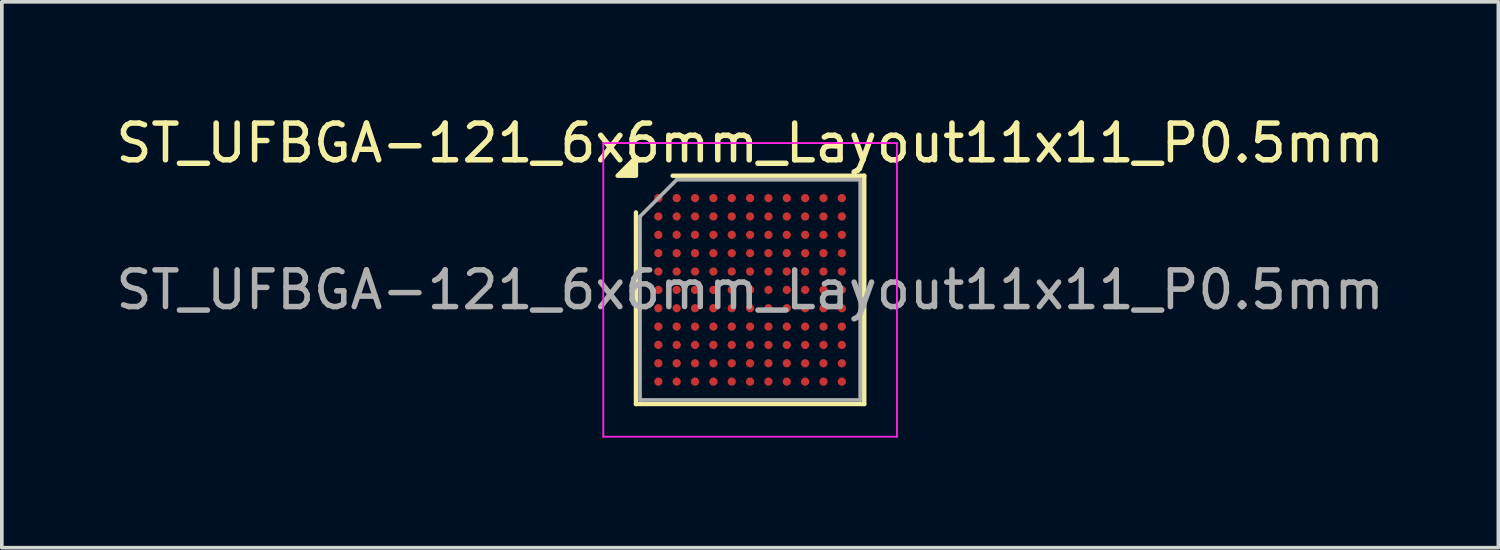
<source format=kicad_pcb>
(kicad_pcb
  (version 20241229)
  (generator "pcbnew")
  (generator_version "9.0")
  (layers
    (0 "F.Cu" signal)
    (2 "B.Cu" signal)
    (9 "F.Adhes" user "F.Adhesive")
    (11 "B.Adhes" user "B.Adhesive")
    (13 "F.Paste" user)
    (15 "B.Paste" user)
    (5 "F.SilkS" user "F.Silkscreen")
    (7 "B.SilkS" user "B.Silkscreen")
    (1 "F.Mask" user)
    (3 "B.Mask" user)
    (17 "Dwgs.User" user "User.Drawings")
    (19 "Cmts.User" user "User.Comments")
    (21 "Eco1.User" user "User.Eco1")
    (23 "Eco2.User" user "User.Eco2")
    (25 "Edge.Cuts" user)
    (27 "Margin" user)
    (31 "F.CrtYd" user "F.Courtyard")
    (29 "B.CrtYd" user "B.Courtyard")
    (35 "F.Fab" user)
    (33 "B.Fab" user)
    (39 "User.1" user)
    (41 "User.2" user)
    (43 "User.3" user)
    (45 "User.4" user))
  (footprint "ST_UFBGA-121_6x6mm_Layout11x11_P0.5mm"
    (layer "F.Cu")
    (at 17.387 4.848)
    (property "Reference" "ST_UFBGA-121_6x6mm_Layout11x11_P0.5mm" (at 0 -4 0) (layer "F.SilkS") (effects (font (size 1 1) (thickness 0.15))))
    (attr smd)
    (fp_line (start -3.11 3.11) (end -3.11 -2.11) (stroke (width 0.12) (type solid)) (layer "F.SilkS"))
    (fp_line (start -2.11 -3.11) (end 3.11 -3.11) (stroke (width 0.12) (type solid)) (layer "F.SilkS"))
    (fp_line (start 3.11 -3.11) (end 3.11 3.11) (stroke (width 0.12) (type solid)) (layer "F.SilkS"))
    (fp_line (start 3.11 3.11) (end -3.11 3.11) (stroke (width 0.12) (type solid)) (layer "F.SilkS"))
    (fp_poly (pts (xy -3.11 -3.11) (xy -3.61 -3.11) (xy -3.11 -3.61)) (stroke (width 0.12) (type solid)) (fill yes) (layer "F.SilkS"))
    (fp_line (start -4 -4) (end -4 4) (stroke (width 0.05) (type solid)) (layer "F.CrtYd"))
    (fp_line (start -4 4) (end 4 4) (stroke (width 0.05) (type solid)) (layer "F.CrtYd"))
    (fp_line (start 4 -4) (end -4 -4) (stroke (width 0.05) (type solid)) (layer "F.CrtYd"))
    (fp_line (start 4 4) (end 4 -4) (stroke (width 0.05) (type solid)) (layer "F.CrtYd"))
    (fp_line (start -3 -2) (end -2 -3) (stroke (width 0.1) (type solid)) (layer "F.Fab"))
    (fp_line (start -3 3) (end -3 -2) (stroke (width 0.1) (type solid)) (layer "F.Fab"))
    (fp_line (start -2 -3) (end 3 -3) (stroke (width 0.1) (type solid)) (layer "F.Fab"))
    (fp_line (start 3 -3) (end 3 3) (stroke (width 0.1) (type solid)) (layer "F.Fab"))
    (fp_line (start 3 3) (end -3 3) (stroke (width 0.1) (type solid)) (layer "F.Fab"))
    (fp_text user "${REFERENCE}" (at 0 0 0) (layer "F.Fab") (effects (font (size 1 1) (thickness 0.15))))
    (pad "A1" smd circle (at -2.5 -2.5) (size 0.225 0.225) (property pad_prop_bga) (layers "F.Cu" "F.Mask" "F.Paste"))
    (pad "A2" smd circle (at -2 -2.5) (size 0.225 0.225) (property pad_prop_bga) (layers "F.Cu" "F.Mask" "F.Paste"))
    (pad "A3" smd circle (at -1.5 -2.5) (size 0.225 0.225) (property pad_prop_bga) (layers "F.Cu" "F.Mask" "F.Paste"))
    (pad "A4" smd circle (at -1 -2.5) (size 0.225 0.225) (property pad_prop_bga) (layers "F.Cu" "F.Mask" "F.Paste"))
    (pad "A5" smd circle (at -0.5 -2.5) (size 0.225 0.225) (property pad_prop_bga) (layers "F.Cu" "F.Mask" "F.Paste"))
    (pad "A6" smd circle (at 0 -2.5) (size 0.225 0.225) (property pad_prop_bga) (layers "F.Cu" "F.Mask" "F.Paste"))
    (pad "A7" smd circle (at 0.5 -2.5) (size 0.225 0.225) (property pad_prop_bga) (layers "F.Cu" "F.Mask" "F.Paste"))
    (pad "A8" smd circle (at 1 -2.5) (size 0.225 0.225) (property pad_prop_bga) (layers "F.Cu" "F.Mask" "F.Paste"))
    (pad "A9" smd circle (at 1.5 -2.5) (size 0.225 0.225) (property pad_prop_bga) (layers "F.Cu" "F.Mask" "F.Paste"))
    (pad "A10" smd circle (at 2 -2.5) (size 0.225 0.225) (property pad_prop_bga) (layers "F.Cu" "F.Mask" "F.Paste"))
    (pad "A11" smd circle (at 2.5 -2.5) (size 0.225 0.225) (property pad_prop_bga) (layers "F.Cu" "F.Mask" "F.Paste"))
    (pad "B1" smd circle (at -2.5 -2) (size 0.225 0.225) (property pad_prop_bga) (layers "F.Cu" "F.Mask" "F.Paste"))
    (pad "B2" smd circle (at -2 -2) (size 0.225 0.225) (property pad_prop_bga) (layers "F.Cu" "F.Mask" "F.Paste"))
    (pad "B3" smd circle (at -1.5 -2) (size 0.225 0.225) (property pad_prop_bga) (layers "F.Cu" "F.Mask" "F.Paste"))
    (pad "B4" smd circle (at -1 -2) (size 0.225 0.225) (property pad_prop_bga) (layers "F.Cu" "F.Mask" "F.Paste"))
    (pad "B5" smd circle (at -0.5 -2) (size 0.225 0.225) (property pad_prop_bga) (layers "F.Cu" "F.Mask" "F.Paste"))
    (pad "B6" smd circle (at 0 -2) (size 0.225 0.225) (property pad_prop_bga) (layers "F.Cu" "F.Mask" "F.Paste"))
    (pad "B7" smd circle (at 0.5 -2) (size 0.225 0.225) (property pad_prop_bga) (layers "F.Cu" "F.Mask" "F.Paste"))
    (pad "B8" smd circle (at 1 -2) (size 0.225 0.225) (property pad_prop_bga) (layers "F.Cu" "F.Mask" "F.Paste"))
    (pad "B9" smd circle (at 1.5 -2) (size 0.225 0.225) (property pad_prop_bga) (layers "F.Cu" "F.Mask" "F.Paste"))
    (pad "B10" smd circle (at 2 -2) (size 0.225 0.225) (property pad_prop_bga) (layers "F.Cu" "F.Mask" "F.Paste"))
    (pad "B11" smd circle (at 2.5 -2) (size 0.225 0.225) (property pad_prop_bga) (layers "F.Cu" "F.Mask" "F.Paste"))
    (pad "C1" smd circle (at -2.5 -1.5) (size 0.225 0.225) (property pad_prop_bga) (layers "F.Cu" "F.Mask" "F.Paste"))
    (pad "C2" smd circle (at -2 -1.5) (size 0.225 0.225) (property pad_prop_bga) (layers "F.Cu" "F.Mask" "F.Paste"))
    (pad "C3" smd circle (at -1.5 -1.5) (size 0.225 0.225) (property pad_prop_bga) (layers "F.Cu" "F.Mask" "F.Paste"))
    (pad "C4" smd circle (at -1 -1.5) (size 0.225 0.225) (property pad_prop_bga) (layers "F.Cu" "F.Mask" "F.Paste"))
    (pad "C5" smd circle (at -0.5 -1.5) (size 0.225 0.225) (property pad_prop_bga) (layers "F.Cu" "F.Mask" "F.Paste"))
    (pad "C6" smd circle (at 0 -1.5) (size 0.225 0.225) (property pad_prop_bga) (layers "F.Cu" "F.Mask" "F.Paste"))
    (pad "C7" smd circle (at 0.5 -1.5) (size 0.225 0.225) (property pad_prop_bga) (layers "F.Cu" "F.Mask" "F.Paste"))
    (pad "C8" smd circle (at 1 -1.5) (size 0.225 0.225) (property pad_prop_bga) (layers "F.Cu" "F.Mask" "F.Paste"))
    (pad "C9" smd circle (at 1.5 -1.5) (size 0.225 0.225) (property pad_prop_bga) (layers "F.Cu" "F.Mask" "F.Paste"))
    (pad "C10" smd circle (at 2 -1.5) (size 0.225 0.225) (property pad_prop_bga) (layers "F.Cu" "F.Mask" "F.Paste"))
    (pad "C11" smd circle (at 2.5 -1.5) (size 0.225 0.225) (property pad_prop_bga) (layers "F.Cu" "F.Mask" "F.Paste"))
    (pad "D1" smd circle (at -2.5 -1) (size 0.225 0.225) (property pad_prop_bga) (layers "F.Cu" "F.Mask" "F.Paste"))
    (pad "D2" smd circle (at -2 -1) (size 0.225 0.225) (property pad_prop_bga) (layers "F.Cu" "F.Mask" "F.Paste"))
    (pad "D3" smd circle (at -1.5 -1) (size 0.225 0.225) (property pad_prop_bga) (layers "F.Cu" "F.Mask" "F.Paste"))
    (pad "D4" smd circle (at -1 -1) (size 0.225 0.225) (property pad_prop_bga) (layers "F.Cu" "F.Mask" "F.Paste"))
    (pad "D5" smd circle (at -0.5 -1) (size 0.225 0.225) (property pad_prop_bga) (layers "F.Cu" "F.Mask" "F.Paste"))
    (pad "D6" smd circle (at 0 -1) (size 0.225 0.225) (property pad_prop_bga) (layers "F.Cu" "F.Mask" "F.Paste"))
    (pad "D7" smd circle (at 0.5 -1) (size 0.225 0.225) (property pad_prop_bga) (layers "F.Cu" "F.Mask" "F.Paste"))
    (pad "D8" smd circle (at 1 -1) (size 0.225 0.225) (property pad_prop_bga) (layers "F.Cu" "F.Mask" "F.Paste"))
    (pad "D9" smd circle (at 1.5 -1) (size 0.225 0.225) (property pad_prop_bga) (layers "F.Cu" "F.Mask" "F.Paste"))
    (pad "D10" smd circle (at 2 -1) (size 0.225 0.225) (property pad_prop_bga) (layers "F.Cu" "F.Mask" "F.Paste"))
    (pad "D11" smd circle (at 2.5 -1) (size 0.225 0.225) (property pad_prop_bga) (layers "F.Cu" "F.Mask" "F.Paste"))
    (pad "E1" smd circle (at -2.5 -0.5) (size 0.225 0.225) (property pad_prop_bga) (layers "F.Cu" "F.Mask" "F.Paste"))
    (pad "E2" smd circle (at -2 -0.5) (size 0.225 0.225) (property pad_prop_bga) (layers "F.Cu" "F.Mask" "F.Paste"))
    (pad "E3" smd circle (at -1.5 -0.5) (size 0.225 0.225) (property pad_prop_bga) (layers "F.Cu" "F.Mask" "F.Paste"))
    (pad "E4" smd circle (at -1 -0.5) (size 0.225 0.225) (property pad_prop_bga) (layers "F.Cu" "F.Mask" "F.Paste"))
    (pad "E5" smd circle (at -0.5 -0.5) (size 0.225 0.225) (property pad_prop_bga) (layers "F.Cu" "F.Mask" "F.Paste"))
    (pad "E6" smd circle (at 0 -0.5) (size 0.225 0.225) (property pad_prop_bga) (layers "F.Cu" "F.Mask" "F.Paste"))
    (pad "E7" smd circle (at 0.5 -0.5) (size 0.225 0.225) (property pad_prop_bga) (layers "F.Cu" "F.Mask" "F.Paste"))
    (pad "E8" smd circle (at 1 -0.5) (size 0.225 0.225) (property pad_prop_bga) (layers "F.Cu" "F.Mask" "F.Paste"))
    (pad "E9" smd circle (at 1.5 -0.5) (size 0.225 0.225) (property pad_prop_bga) (layers "F.Cu" "F.Mask" "F.Paste"))
    (pad "E10" smd circle (at 2 -0.5) (size 0.225 0.225) (property pad_prop_bga) (layers "F.Cu" "F.Mask" "F.Paste"))
    (pad "E11" smd circle (at 2.5 -0.5) (size 0.225 0.225) (property pad_prop_bga) (layers "F.Cu" "F.Mask" "F.Paste"))
    (pad "F1" smd circle (at -2.5 0) (size 0.225 0.225) (property pad_prop_bga) (layers "F.Cu" "F.Mask" "F.Paste"))
    (pad "F2" smd circle (at -2 0) (size 0.225 0.225) (property pad_prop_bga) (layers "F.Cu" "F.Mask" "F.Paste"))
    (pad "F3" smd circle (at -1.5 0) (size 0.225 0.225) (property pad_prop_bga) (layers "F.Cu" "F.Mask" "F.Paste"))
    (pad "F4" smd circle (at -1 0) (size 0.225 0.225) (property pad_prop_bga) (layers "F.Cu" "F.Mask" "F.Paste"))
    (pad "F5" smd circle (at -0.5 0) (size 0.225 0.225) (property pad_prop_bga) (layers "F.Cu" "F.Mask" "F.Paste"))
    (pad "F6" smd circle (at 0 0) (size 0.225 0.225) (property pad_prop_bga) (layers "F.Cu" "F.Mask" "F.Paste"))
    (pad "F7" smd circle (at 0.5 0) (size 0.225 0.225) (property pad_prop_bga) (layers "F.Cu" "F.Mask" "F.Paste"))
    (pad "F8" smd circle (at 1 0) (size 0.225 0.225) (property pad_prop_bga) (layers "F.Cu" "F.Mask" "F.Paste"))
    (pad "F9" smd circle (at 1.5 0) (size 0.225 0.225) (property pad_prop_bga) (layers "F.Cu" "F.Mask" "F.Paste"))
    (pad "F10" smd circle (at 2 0) (size 0.225 0.225) (property pad_prop_bga) (layers "F.Cu" "F.Mask" "F.Paste"))
    (pad "F11" smd circle (at 2.5 0) (size 0.225 0.225) (property pad_prop_bga) (layers "F.Cu" "F.Mask" "F.Paste"))
    (pad "G1" smd circle (at -2.5 0.5) (size 0.225 0.225) (property pad_prop_bga) (layers "F.Cu" "F.Mask" "F.Paste"))
    (pad "G2" smd circle (at -2 0.5) (size 0.225 0.225) (property pad_prop_bga) (layers "F.Cu" "F.Mask" "F.Paste"))
    (pad "G3" smd circle (at -1.5 0.5) (size 0.225 0.225) (property pad_prop_bga) (layers "F.Cu" "F.Mask" "F.Paste"))
    (pad "G4" smd circle (at -1 0.5) (size 0.225 0.225) (property pad_prop_bga) (layers "F.Cu" "F.Mask" "F.Paste"))
    (pad "G5" smd circle (at -0.5 0.5) (size 0.225 0.225) (property pad_prop_bga) (layers "F.Cu" "F.Mask" "F.Paste"))
    (pad "G6" smd circle (at 0 0.5) (size 0.225 0.225) (property pad_prop_bga) (layers "F.Cu" "F.Mask" "F.Paste"))
    (pad "G7" smd circle (at 0.5 0.5) (size 0.225 0.225) (property pad_prop_bga) (layers "F.Cu" "F.Mask" "F.Paste"))
    (pad "G8" smd circle (at 1 0.5) (size 0.225 0.225) (property pad_prop_bga) (layers "F.Cu" "F.Mask" "F.Paste"))
    (pad "G9" smd circle (at 1.5 0.5) (size 0.225 0.225) (property pad_prop_bga) (layers "F.Cu" "F.Mask" "F.Paste"))
    (pad "G10" smd circle (at 2 0.5) (size 0.225 0.225) (property pad_prop_bga) (layers "F.Cu" "F.Mask" "F.Paste"))
    (pad "G11" smd circle (at 2.5 0.5) (size 0.225 0.225) (property pad_prop_bga) (layers "F.Cu" "F.Mask" "F.Paste"))
    (pad "H1" smd circle (at -2.5 1) (size 0.225 0.225) (property pad_prop_bga) (layers "F.Cu" "F.Mask" "F.Paste"))
    (pad "H2" smd circle (at -2 1) (size 0.225 0.225) (property pad_prop_bga) (layers "F.Cu" "F.Mask" "F.Paste"))
    (pad "H3" smd circle (at -1.5 1) (size 0.225 0.225) (property pad_prop_bga) (layers "F.Cu" "F.Mask" "F.Paste"))
    (pad "H4" smd circle (at -1 1) (size 0.225 0.225) (property pad_prop_bga) (layers "F.Cu" "F.Mask" "F.Paste"))
    (pad "H5" smd circle (at -0.5 1) (size 0.225 0.225) (property pad_prop_bga) (layers "F.Cu" "F.Mask" "F.Paste"))
    (pad "H6" smd circle (at 0 1) (size 0.225 0.225) (property pad_prop_bga) (layers "F.Cu" "F.Mask" "F.Paste"))
    (pad "H7" smd circle (at 0.5 1) (size 0.225 0.225) (property pad_prop_bga) (layers "F.Cu" "F.Mask" "F.Paste"))
    (pad "H8" smd circle (at 1 1) (size 0.225 0.225) (property pad_prop_bga) (layers "F.Cu" "F.Mask" "F.Paste"))
    (pad "H9" smd circle (at 1.5 1) (size 0.225 0.225) (property pad_prop_bga) (layers "F.Cu" "F.Mask" "F.Paste"))
    (pad "H10" smd circle (at 2 1) (size 0.225 0.225) (property pad_prop_bga) (layers "F.Cu" "F.Mask" "F.Paste"))
    (pad "H11" smd circle (at 2.5 1) (size 0.225 0.225) (property pad_prop_bga) (layers "F.Cu" "F.Mask" "F.Paste"))
    (pad "J1" smd circle (at -2.5 1.5) (size 0.225 0.225) (property pad_prop_bga) (layers "F.Cu" "F.Mask" "F.Paste"))
    (pad "J2" smd circle (at -2 1.5) (size 0.225 0.225) (property pad_prop_bga) (layers "F.Cu" "F.Mask" "F.Paste"))
    (pad "J3" smd circle (at -1.5 1.5) (size 0.225 0.225) (property pad_prop_bga) (layers "F.Cu" "F.Mask" "F.Paste"))
    (pad "J4" smd circle (at -1 1.5) (size 0.225 0.225) (property pad_prop_bga) (layers "F.Cu" "F.Mask" "F.Paste"))
    (pad "J5" smd circle (at -0.5 1.5) (size 0.225 0.225) (property pad_prop_bga) (layers "F.Cu" "F.Mask" "F.Paste"))
    (pad "J6" smd circle (at 0 1.5) (size 0.225 0.225) (property pad_prop_bga) (layers "F.Cu" "F.Mask" "F.Paste"))
    (pad "J7" smd circle (at 0.5 1.5) (size 0.225 0.225) (property pad_prop_bga) (layers "F.Cu" "F.Mask" "F.Paste"))
    (pad "J8" smd circle (at 1 1.5) (size 0.225 0.225) (property pad_prop_bga) (layers "F.Cu" "F.Mask" "F.Paste"))
    (pad "J9" smd circle (at 1.5 1.5) (size 0.225 0.225) (property pad_prop_bga) (layers "F.Cu" "F.Mask" "F.Paste"))
    (pad "J10" smd circle (at 2 1.5) (size 0.225 0.225) (property pad_prop_bga) (layers "F.Cu" "F.Mask" "F.Paste"))
    (pad "J11" smd circle (at 2.5 1.5) (size 0.225 0.225) (property pad_prop_bga) (layers "F.Cu" "F.Mask" "F.Paste"))
    (pad "K1" smd circle (at -2.5 2) (size 0.225 0.225) (property pad_prop_bga) (layers "F.Cu" "F.Mask" "F.Paste"))
    (pad "K2" smd circle (at -2 2) (size 0.225 0.225) (property pad_prop_bga) (layers "F.Cu" "F.Mask" "F.Paste"))
    (pad "K3" smd circle (at -1.5 2) (size 0.225 0.225) (property pad_prop_bga) (layers "F.Cu" "F.Mask" "F.Paste"))
    (pad "K4" smd circle (at -1 2) (size 0.225 0.225) (property pad_prop_bga) (layers "F.Cu" "F.Mask" "F.Paste"))
    (pad "K5" smd circle (at -0.5 2) (size 0.225 0.225) (property pad_prop_bga) (layers "F.Cu" "F.Mask" "F.Paste"))
    (pad "K6" smd circle (at 0 2) (size 0.225 0.225) (property pad_prop_bga) (layers "F.Cu" "F.Mask" "F.Paste"))
    (pad "K7" smd circle (at 0.5 2) (size 0.225 0.225) (property pad_prop_bga) (layers "F.Cu" "F.Mask" "F.Paste"))
    (pad "K8" smd circle (at 1 2) (size 0.225 0.225) (property pad_prop_bga) (layers "F.Cu" "F.Mask" "F.Paste"))
    (pad "K9" smd circle (at 1.5 2) (size 0.225 0.225) (property pad_prop_bga) (layers "F.Cu" "F.Mask" "F.Paste"))
    (pad "K10" smd circle (at 2 2) (size 0.225 0.225) (property pad_prop_bga) (layers "F.Cu" "F.Mask" "F.Paste"))
    (pad "K11" smd circle (at 2.5 2) (size 0.225 0.225) (property pad_prop_bga) (layers "F.Cu" "F.Mask" "F.Paste"))
    (pad "L1" smd circle (at -2.5 2.5) (size 0.225 0.225) (property pad_prop_bga) (layers "F.Cu" "F.Mask" "F.Paste"))
    (pad "L2" smd circle (at -2 2.5) (size 0.225 0.225) (property pad_prop_bga) (layers "F.Cu" "F.Mask" "F.Paste"))
    (pad "L3" smd circle (at -1.5 2.5) (size 0.225 0.225) (property pad_prop_bga) (layers "F.Cu" "F.Mask" "F.Paste"))
    (pad "L4" smd circle (at -1 2.5) (size 0.225 0.225) (property pad_prop_bga) (layers "F.Cu" "F.Mask" "F.Paste"))
    (pad "L5" smd circle (at -0.5 2.5) (size 0.225 0.225) (property pad_prop_bga) (layers "F.Cu" "F.Mask" "F.Paste"))
    (pad "L6" smd circle (at 0 2.5) (size 0.225 0.225) (property pad_prop_bga) (layers "F.Cu" "F.Mask" "F.Paste"))
    (pad "L7" smd circle (at 0.5 2.5) (size 0.225 0.225) (property pad_prop_bga) (layers "F.Cu" "F.Mask" "F.Paste"))
    (pad "L8" smd circle (at 1 2.5) (size 0.225 0.225) (property pad_prop_bga) (layers "F.Cu" "F.Mask" "F.Paste"))
    (pad "L9" smd circle (at 1.5 2.5) (size 0.225 0.225) (property pad_prop_bga) (layers "F.Cu" "F.Mask" "F.Paste"))
    (pad "L10" smd circle (at 2 2.5) (size 0.225 0.225) (property pad_prop_bga) (layers "F.Cu" "F.Mask" "F.Paste"))
    (pad "L11" smd circle (at 2.5 2.5) (size 0.225 0.225) (property pad_prop_bga) (layers "F.Cu" "F.Mask" "F.Paste")))
  (gr_rect
    (start -3 -3)
    (end 37.774 11.873)
    (stroke (width 0.1) (type default))
    (fill no)
    (layer "Edge.Cuts")))
</source>
